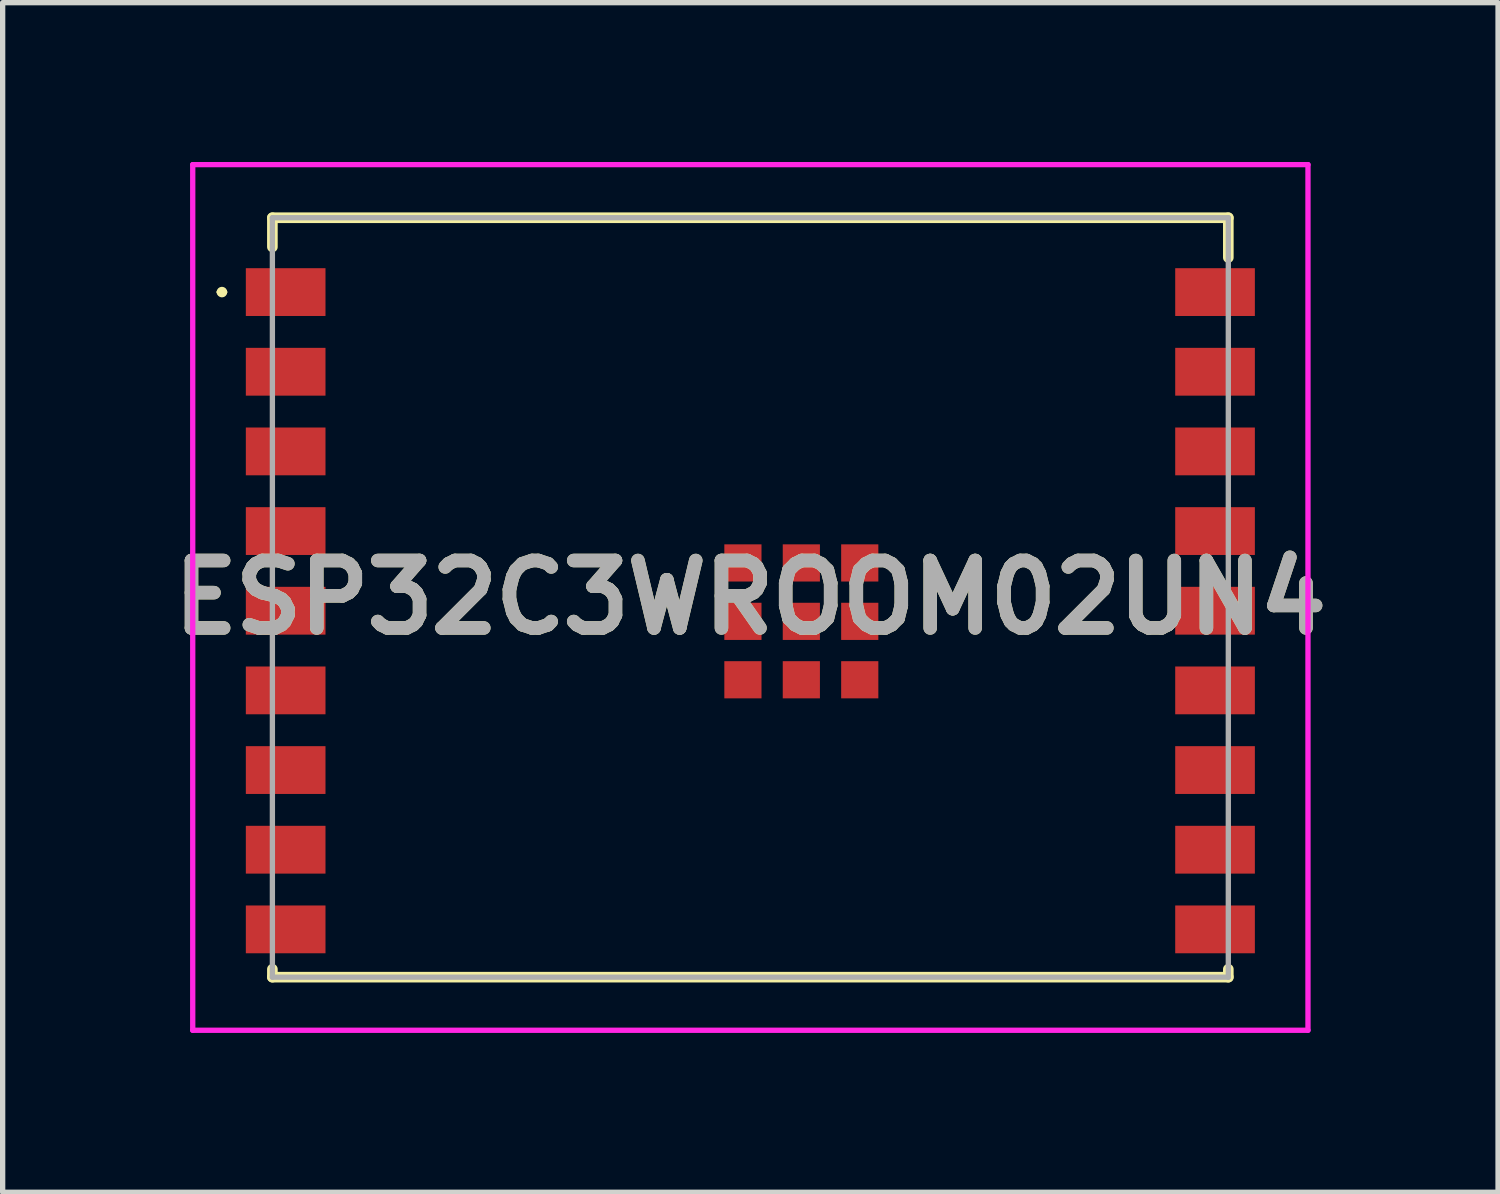
<source format=kicad_pcb>
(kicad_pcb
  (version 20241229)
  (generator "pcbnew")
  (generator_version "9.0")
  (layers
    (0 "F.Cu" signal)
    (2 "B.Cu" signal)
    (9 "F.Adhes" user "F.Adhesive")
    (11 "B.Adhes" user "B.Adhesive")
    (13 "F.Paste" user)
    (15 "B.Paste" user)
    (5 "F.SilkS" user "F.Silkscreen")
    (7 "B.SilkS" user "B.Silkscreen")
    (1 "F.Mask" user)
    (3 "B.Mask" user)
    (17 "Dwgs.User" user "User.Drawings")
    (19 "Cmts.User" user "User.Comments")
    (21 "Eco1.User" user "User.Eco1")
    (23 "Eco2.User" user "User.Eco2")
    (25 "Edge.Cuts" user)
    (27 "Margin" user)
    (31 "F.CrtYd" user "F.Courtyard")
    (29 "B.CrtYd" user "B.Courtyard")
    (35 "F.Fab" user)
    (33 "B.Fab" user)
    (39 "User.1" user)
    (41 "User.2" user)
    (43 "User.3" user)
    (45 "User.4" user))
  (footprint "ESP32C3WROOM02UN4"
    (layer "F.Cu")
    (at 11.079 8.2)
    (property "Reference" "ESP32C3WROOM02UN4" (at 0 0 0) (layer "F.SilkS") (effects (font (size 1.27 1.27) (thickness 0.254))))
    (attr smd)
    (fp_line (start -10 -5.75) (end -10 -5.75) (stroke (width 0.1) (type solid)) (layer "F.SilkS"))
    (fp_line (start -9.9 -5.75) (end -9.9 -5.75) (stroke (width 0.1) (type solid)) (layer "F.SilkS"))
    (fp_line (start -9 -7.15) (end 9 -7.15) (stroke (width 0.2) (type solid)) (layer "F.SilkS"))
    (fp_line (start -9 -6.6) (end -9 -7.15) (stroke (width 0.2) (type solid)) (layer "F.SilkS"))
    (fp_line (start -9 7) (end -9 7.15) (stroke (width 0.2) (type solid)) (layer "F.SilkS"))
    (fp_line (start -9 7.15) (end 9 7.15) (stroke (width 0.2) (type solid)) (layer "F.SilkS"))
    (fp_line (start 9 -7.15) (end 9 -6.4) (stroke (width 0.2) (type solid)) (layer "F.SilkS"))
    (fp_line (start 9 7.15) (end 9 7) (stroke (width 0.2) (type solid)) (layer "F.SilkS"))
    (fp_arc (start -10 -5.75) (mid -9.95 -5.8) (end -9.9 -5.75) (stroke (width 0.1) (type solid)) (layer "F.SilkS"))
    (fp_arc (start -9.9 -5.75) (mid -9.95 -5.7) (end -10 -5.75) (stroke (width 0.1) (type solid)) (layer "F.SilkS"))
    (fp_line (start -10.5 -8.15) (end 10.5 -8.15) (stroke (width 0.1) (type solid)) (layer "F.CrtYd"))
    (fp_line (start -10.5 8.15) (end -10.5 -8.15) (stroke (width 0.1) (type solid)) (layer "F.CrtYd"))
    (fp_line (start 10.5 -8.15) (end 10.5 8.15) (stroke (width 0.1) (type solid)) (layer "F.CrtYd"))
    (fp_line (start 10.5 8.15) (end -10.5 8.15) (stroke (width 0.1) (type solid)) (layer "F.CrtYd"))
    (fp_line (start -9 -7.15) (end 9 -7.15) (stroke (width 0.1) (type solid)) (layer "F.Fab"))
    (fp_line (start -9 7.15) (end -9 -7.15) (stroke (width 0.1) (type solid)) (layer "F.Fab"))
    (fp_line (start 9 -7.15) (end 9 7.15) (stroke (width 0.1) (type solid)) (layer "F.Fab"))
    (fp_line (start 9 7.15) (end -9 7.15) (stroke (width 0.1) (type solid)) (layer "F.Fab"))
    (fp_text user "${REFERENCE}" (at 0 0 0) (layer "F.Fab") (effects (font (size 1.27 1.27) (thickness 0.254))))
    (pad "1" smd rect (at -8.75 -5.75 90) (size 0.9 1.5) (layers "F.Cu" "F.Mask" "F.Paste"))
    (pad "2" smd rect (at -8.75 -4.25 90) (size 0.9 1.5) (layers "F.Cu" "F.Mask" "F.Paste"))
    (pad "3" smd rect (at -8.75 -2.75 90) (size 0.9 1.5) (layers "F.Cu" "F.Mask" "F.Paste"))
    (pad "4" smd rect (at -8.75 -1.25 90) (size 0.9 1.5) (layers "F.Cu" "F.Mask" "F.Paste"))
    (pad "5" smd rect (at -8.75 0.25 90) (size 0.9 1.5) (layers "F.Cu" "F.Mask" "F.Paste"))
    (pad "6" smd rect (at -8.75 1.75 90) (size 0.9 1.5) (layers "F.Cu" "F.Mask" "F.Paste"))
    (pad "7" smd rect (at -8.75 3.25 90) (size 0.9 1.5) (layers "F.Cu" "F.Mask" "F.Paste"))
    (pad "8" smd rect (at -8.75 4.75 90) (size 0.9 1.5) (layers "F.Cu" "F.Mask" "F.Paste"))
    (pad "9" smd rect (at -8.75 6.25 90) (size 0.9 1.5) (layers "F.Cu" "F.Mask" "F.Paste"))
    (pad "10" smd rect (at 8.75 6.25 90) (size 0.9 1.5) (layers "F.Cu" "F.Mask" "F.Paste"))
    (pad "11" smd rect (at 8.75 4.75 90) (size 0.9 1.5) (layers "F.Cu" "F.Mask" "F.Paste"))
    (pad "12" smd rect (at 8.75 3.25 90) (size 0.9 1.5) (layers "F.Cu" "F.Mask" "F.Paste"))
    (pad "13" smd rect (at 8.75 1.75 90) (size 0.9 1.5) (layers "F.Cu" "F.Mask" "F.Paste"))
    (pad "14" smd rect (at 8.75 0.25 90) (size 0.9 1.5) (layers "F.Cu" "F.Mask" "F.Paste"))
    (pad "15" smd rect (at 8.75 -1.25 90) (size 0.9 1.5) (layers "F.Cu" "F.Mask" "F.Paste"))
    (pad "16" smd rect (at 8.75 -2.75 90) (size 0.9 1.5) (layers "F.Cu" "F.Mask" "F.Paste"))
    (pad "17" smd rect (at 8.75 -4.25 90) (size 0.9 1.5) (layers "F.Cu" "F.Mask" "F.Paste"))
    (pad "18" smd rect (at 8.75 -5.75 90) (size 0.9 1.5) (layers "F.Cu" "F.Mask" "F.Paste"))
    (pad "19" smd rect (at 0.96 0.45) (size 0.7 0.7) (layers "F.Cu" "F.Mask" "F.Paste"))
    (pad "20" smd rect (at 0.96 -0.65) (size 0.7 0.7) (layers "F.Cu" "F.Mask" "F.Paste"))
    (pad "21" smd rect (at -0.14 -0.65) (size 0.7 0.7) (layers "F.Cu" "F.Mask" "F.Paste"))
    (pad "22" smd rect (at -0.14 0.45) (size 0.7 0.7) (layers "F.Cu" "F.Mask" "F.Paste"))
    (pad "23" smd rect (at -0.14 1.55) (size 0.7 0.7) (layers "F.Cu" "F.Mask" "F.Paste"))
    (pad "24" smd rect (at 0.96 1.55) (size 0.7 0.7) (layers "F.Cu" "F.Mask" "F.Paste"))
    (pad "25" smd rect (at 2.06 1.55) (size 0.7 0.7) (layers "F.Cu" "F.Mask" "F.Paste"))
    (pad "26" smd rect (at 2.06 0.45) (size 0.7 0.7) (layers "F.Cu" "F.Mask" "F.Paste"))
    (pad "27" smd rect (at 2.06 -0.65) (size 0.7 0.7) (layers "F.Cu" "F.Mask" "F.Paste")))
  (gr_rect
    (start -3 -3)
    (end 25.158 19.4)
    (stroke (width 0.1) (type default))
    (fill no)
    (layer "Edge.Cuts")))
</source>
